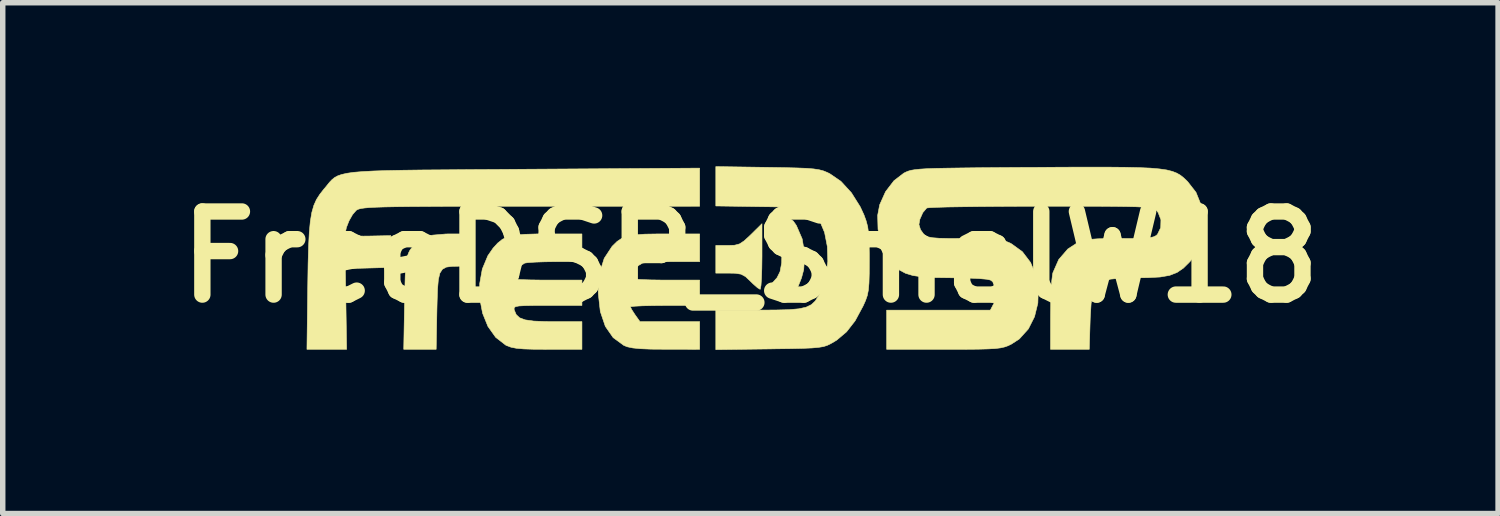
<source format=kicad_pcb>
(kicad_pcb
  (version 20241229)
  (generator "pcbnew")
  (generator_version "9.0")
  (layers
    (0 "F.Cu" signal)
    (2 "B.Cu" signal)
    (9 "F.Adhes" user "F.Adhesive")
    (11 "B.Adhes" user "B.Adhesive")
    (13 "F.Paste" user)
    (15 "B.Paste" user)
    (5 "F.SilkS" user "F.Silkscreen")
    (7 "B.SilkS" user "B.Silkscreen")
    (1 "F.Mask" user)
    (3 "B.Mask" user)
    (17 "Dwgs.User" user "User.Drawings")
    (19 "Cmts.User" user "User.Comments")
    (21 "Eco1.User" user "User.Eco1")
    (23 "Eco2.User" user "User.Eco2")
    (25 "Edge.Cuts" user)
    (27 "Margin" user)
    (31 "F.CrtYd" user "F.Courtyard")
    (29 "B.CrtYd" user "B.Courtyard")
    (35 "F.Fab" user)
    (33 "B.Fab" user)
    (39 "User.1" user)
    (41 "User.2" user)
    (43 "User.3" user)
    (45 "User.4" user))
  (footprint "FreeDSP_SmalW18"
    (layer "F.Cu")
    (at 10.712 1.663)
    (property "Reference" "FreeDSP_SmalW18" (at 0 0 0) (layer "F.SilkS") (effects (font (size 1.524 1.524) (thickness 0.3))))
    (attr through_hole)
    (fp_poly (pts (xy 0.212 -0.009) (xy 0.209 0.206) (xy 0.203 0.387) (xy 0.194 0.519) (xy 0.182 0.587) (xy 0.178 0.593) (xy 0.131 0.565) (xy 0.049 0.493) (xy 0 0.445) (xy -0.091 0.359) (xy -0.173 0.315) (xy -0.28 0.298) (xy -0.389 0.296) (xy -0.635 0.296) (xy -0.635 -0.212) (xy -0.414 -0.212) (xy -0.29 -0.216) (xy -0.2 -0.24) (xy -0.115 -0.296) (xy -0.004 -0.398) (xy 0.009 -0.411) (xy 0.212 -0.611) (xy 0.212 -0.009)) (stroke (width 0.01) (type solid)) (fill yes) (layer "F.SilkS"))
    (fp_poly (pts (xy -5.122 0.169) (xy -5.347 0.169) (xy -5.48 0.172) (xy -5.579 0.186) (xy -5.648 0.224) (xy -5.695 0.296) (xy -5.723 0.413) (xy -5.738 0.587) (xy -5.746 0.828) (xy -5.75 0.991) (xy -5.763 1.693) (xy -6.358 1.693) (xy -6.343 0.857) (xy -6.337 0.565) (xy -6.331 0.345) (xy -6.321 0.183) (xy -6.309 0.067) (xy -6.291 -0.017) (xy -6.266 -0.082) (xy -6.243 -0.127) (xy -6.142 -0.259) (xy -6.008 -0.348) (xy -5.829 -0.401) (xy -5.587 -0.422) (xy -5.493 -0.423) (xy -5.122 -0.423) (xy -5.122 0.169)) (stroke (width 0.01) (type solid)) (fill yes) (layer "F.SilkS"))
    (fp_poly (pts (xy 0.786 -0.659) (xy 0.842 -0.579) (xy 0.949 -0.332) (xy 0.996 -0.05) (xy 0.977 0.232) (xy 0.937 0.383) (xy 0.879 0.528) (xy 0.813 0.644) (xy 0.752 0.711) (xy 0.727 0.719) (xy 0.68 0.693) (xy 0.594 0.63) (xy 0.551 0.595) (xy 0.404 0.473) (xy 0.488 0.38) (xy 0.543 0.269) (xy 0.573 0.109) (xy 0.576 -0.069) (xy 0.553 -0.236) (xy 0.504 -0.359) (xy 0.49 -0.377) (xy 0.442 -0.437) (xy 0.439 -0.484) (xy 0.486 -0.547) (xy 0.53 -0.593) (xy 0.635 -0.688) (xy 0.714 -0.71) (xy 0.786 -0.659)) (stroke (width 0.01) (type solid)) (fill yes) (layer "F.SilkS"))
    (fp_poly (pts (xy -0.931 0.085) (xy -1.408 0.085) (xy -1.609 0.088) (xy -1.788 0.094) (xy -1.921 0.103) (xy -1.981 0.112) (xy -2.055 0.157) (xy -2.125 0.237) (xy -2.172 0.324) (xy -2.177 0.389) (xy -2.171 0.397) (xy -2.122 0.406) (xy -2.003 0.414) (xy -1.832 0.42) (xy -1.623 0.423) (xy -1.538 0.423) (xy -0.931 0.423) (xy -0.931 0.889) (xy -1.566 0.889) (xy -1.787 0.891) (xy -1.975 0.895) (xy -2.114 0.902) (xy -2.191 0.91) (xy -2.201 0.914) (xy -2.179 0.962) (xy -2.124 1.047) (xy -2.114 1.062) (xy -2.026 1.185) (xy -0.931 1.185) (xy -0.931 1.693) (xy -1.556 1.692) (xy -1.821 1.69) (xy -2.017 1.682) (xy -2.158 1.668) (xy -2.258 1.647) (xy -2.321 1.622) (xy -2.517 1.479) (xy -2.661 1.272) (xy -2.753 1.001) (xy -2.79 0.672) (xy -2.791 0.614) (xy -2.765 0.29) (xy -2.681 0.024) (xy -2.539 -0.192) (xy -2.527 -0.205) (xy -2.445 -0.285) (xy -2.36 -0.342) (xy -2.257 -0.382) (xy -2.12 -0.406) (xy -1.935 -0.419) (xy -1.687 -0.423) (xy -1.568 -0.423) (xy -0.931 -0.423) (xy -0.931 0.085)) (stroke (width 0.01) (type solid)) (fill yes) (layer "F.SilkS"))
    (fp_poly (pts (xy -3.09 0.085) (xy -3.567 0.085) (xy -3.768 0.088) (xy -3.947 0.094) (xy -4.08 0.103) (xy -4.14 0.112) (xy -4.219 0.164) (xy -4.299 0.259) (xy -4.353 0.36) (xy -4.36 0.4) (xy -4.32 0.408) (xy -4.211 0.415) (xy -4.045 0.42) (xy -3.839 0.423) (xy -3.725 0.423) (xy -3.09 0.423) (xy -3.09 0.889) (xy -3.721 0.889) (xy -3.964 0.889) (xy -4.134 0.892) (xy -4.244 0.898) (xy -4.306 0.91) (xy -4.332 0.929) (xy -4.334 0.957) (xy -4.33 0.975) (xy -4.295 1.057) (xy -4.233 1.115) (xy -4.131 1.153) (xy -3.976 1.175) (xy -3.756 1.184) (xy -3.61 1.185) (xy -3.09 1.185) (xy -3.09 1.693) (xy -3.715 1.693) (xy -3.971 1.692) (xy -4.158 1.686) (xy -4.292 1.674) (xy -4.389 1.655) (xy -4.465 1.627) (xy -4.488 1.616) (xy -4.672 1.473) (xy -4.814 1.273) (xy -4.912 1.031) (xy -4.963 0.764) (xy -4.965 0.488) (xy -4.917 0.22) (xy -4.815 -0.024) (xy -4.719 -0.163) (xy -4.634 -0.256) (xy -4.548 -0.325) (xy -4.448 -0.372) (xy -4.317 -0.401) (xy -4.141 -0.416) (xy -3.905 -0.423) (xy -3.727 -0.423) (xy -3.09 -0.423) (xy -3.09 0.085)) (stroke (width 0.01) (type solid)) (fill yes) (layer "F.SilkS"))
    (fp_poly (pts (xy -0.931 -1.281) (xy -0.931 -0.931) (xy -4.032 -0.93) (xy -4.621 -0.93) (xy -5.13 -0.93) (xy -5.567 -0.929) (xy -5.937 -0.927) (xy -6.245 -0.925) (xy -6.498 -0.922) (xy -6.702 -0.918) (xy -6.862 -0.913) (xy -6.984 -0.907) (xy -7.074 -0.899) (xy -7.139 -0.89) (xy -7.183 -0.879) (xy -7.213 -0.866) (xy -7.23 -0.855) (xy -7.297 -0.777) (xy -7.361 -0.664) (xy -7.409 -0.543) (xy -7.429 -0.445) (xy -7.422 -0.41) (xy -7.373 -0.396) (xy -7.259 -0.387) (xy -7.1 -0.383) (xy -6.997 -0.384) (xy -6.595 -0.392) (xy -6.594 0.191) (xy -7.429 0.214) (xy -7.417 0.954) (xy -7.405 1.693) (xy -8.133 1.693) (xy -8.118 0.519) (xy -8.112 0.125) (xy -8.103 -0.195) (xy -8.09 -0.451) (xy -8.071 -0.654) (xy -8.044 -0.815) (xy -8.007 -0.945) (xy -7.959 -1.053) (xy -7.896 -1.151) (xy -7.819 -1.249) (xy -7.807 -1.262) (xy -7.759 -1.321) (xy -7.717 -1.373) (xy -7.675 -1.417) (xy -7.629 -1.455) (xy -7.571 -1.487) (xy -7.497 -1.513) (xy -7.4 -1.535) (xy -7.275 -1.553) (xy -7.115 -1.566) (xy -6.915 -1.577) (xy -6.669 -1.585) (xy -6.372 -1.591) (xy -6.016 -1.596) (xy -5.597 -1.599) (xy -5.109 -1.603) (xy -4.545 -1.606) (xy -4.159 -1.609) (xy -0.931 -1.63) (xy -0.931 -1.281)) (stroke (width 0.01) (type solid)) (fill yes) (layer "F.SilkS"))
    (fp_poly (pts (xy 0.307 -1.644) (xy 0.615 -1.639) (xy 0.852 -1.633) (xy 1.03 -1.626) (xy 1.161 -1.615) (xy 1.259 -1.6) (xy 1.336 -1.58) (xy 1.405 -1.552) (xy 1.453 -1.529) (xy 1.66 -1.387) (xy 1.852 -1.178) (xy 2.014 -0.92) (xy 2.082 -0.773) (xy 2.122 -0.663) (xy 2.15 -0.557) (xy 2.167 -0.434) (xy 2.176 -0.274) (xy 2.18 -0.059) (xy 2.18 0.064) (xy 2.179 0.304) (xy 2.174 0.478) (xy 2.163 0.606) (xy 2.143 0.707) (xy 2.111 0.799) (xy 2.066 0.899) (xy 1.92 1.17) (xy 1.763 1.372) (xy 1.583 1.524) (xy 1.528 1.558) (xy 1.464 1.594) (xy 1.405 1.622) (xy 1.338 1.643) (xy 1.251 1.657) (xy 1.133 1.668) (xy 0.969 1.675) (xy 0.75 1.68) (xy 0.462 1.684) (xy 0.349 1.686) (xy -0.635 1.699) (xy -0.635 0.974) (xy 0.15 0.974) (xy 0.465 0.972) (xy 0.706 0.966) (xy 0.888 0.95) (xy 1.02 0.921) (xy 1.116 0.875) (xy 1.188 0.808) (xy 1.247 0.716) (xy 1.303 0.6) (xy 1.384 0.353) (xy 1.419 0.081) (xy 1.41 -0.193) (xy 1.36 -0.449) (xy 1.269 -0.667) (xy 1.16 -0.809) (xy 1.12 -0.843) (xy 1.077 -0.869) (xy 1.017 -0.888) (xy 0.93 -0.901) (xy 0.801 -0.91) (xy 0.619 -0.916) (xy 0.372 -0.921) (xy 0.208 -0.923) (xy -0.635 -0.936) (xy -0.635 -1.658) (xy 0.307 -1.644)) (stroke (width 0.01) (type solid)) (fill yes) (layer "F.SilkS"))
    (fp_poly (pts (xy 6.547 -1.648) (xy 6.864 -1.645) (xy 7.124 -1.639) (xy 7.334 -1.63) (xy 7.502 -1.615) (xy 7.634 -1.596) (xy 7.737 -1.57) (xy 7.819 -1.538) (xy 7.886 -1.499) (xy 7.944 -1.453) (xy 8.002 -1.398) (xy 8.018 -1.382) (xy 8.171 -1.186) (xy 8.262 -0.961) (xy 8.296 -0.688) (xy 8.297 -0.63) (xy 8.275 -0.355) (xy 8.206 -0.133) (xy 8.082 0.059) (xy 8.055 0.09) (xy 7.94 0.204) (xy 7.823 0.284) (xy 7.687 0.337) (xy 7.513 0.367) (xy 7.284 0.379) (xy 7.11 0.381) (xy 6.82 0.386) (xy 6.603 0.406) (xy 6.449 0.452) (xy 6.345 0.535) (xy 6.282 0.665) (xy 6.248 0.851) (xy 6.232 1.105) (xy 6.229 1.194) (xy 6.214 1.693) (xy 5.503 1.693) (xy 5.504 1.069) (xy 5.507 0.834) (xy 5.514 0.617) (xy 5.526 0.437) (xy 5.541 0.316) (xy 5.546 0.291) (xy 5.654 0.046) (xy 5.821 -0.147) (xy 5.968 -0.243) (xy 6.05 -0.281) (xy 6.134 -0.308) (xy 6.236 -0.324) (xy 6.374 -0.334) (xy 6.566 -0.338) (xy 6.776 -0.339) (xy 7.021 -0.34) (xy 7.196 -0.344) (xy 7.315 -0.353) (xy 7.391 -0.369) (xy 7.439 -0.392) (xy 7.465 -0.416) (xy 7.524 -0.538) (xy 7.528 -0.683) (xy 7.477 -0.815) (xy 7.451 -0.847) (xy 7.429 -0.866) (xy 7.401 -0.882) (xy 7.359 -0.896) (xy 7.296 -0.906) (xy 7.205 -0.914) (xy 7.079 -0.921) (xy 6.909 -0.925) (xy 6.69 -0.928) (xy 6.412 -0.93) (xy 6.07 -0.931) (xy 5.655 -0.931) (xy 5.323 -0.931) (xy 4.915 -0.93) (xy 4.531 -0.928) (xy 4.182 -0.925) (xy 3.874 -0.921) (xy 3.617 -0.917) (xy 3.42 -0.911) (xy 3.289 -0.905) (xy 3.235 -0.899) (xy 3.234 -0.899) (xy 3.162 -0.815) (xy 3.107 -0.692) (xy 3.09 -0.595) (xy 3.119 -0.501) (xy 3.175 -0.423) (xy 3.214 -0.391) (xy 3.264 -0.368) (xy 3.34 -0.353) (xy 3.456 -0.344) (xy 3.625 -0.34) (xy 3.861 -0.339) (xy 3.928 -0.339) (xy 4.186 -0.338) (xy 4.375 -0.334) (xy 4.512 -0.325) (xy 4.613 -0.309) (xy 4.695 -0.284) (xy 4.773 -0.25) (xy 4.785 -0.243) (xy 4.987 -0.097) (xy 5.137 0.1) (xy 5.234 0.333) (xy 5.279 0.587) (xy 5.271 0.846) (xy 5.21 1.095) (xy 5.097 1.319) (xy 4.931 1.503) (xy 4.785 1.598) (xy 4.723 1.628) (xy 4.66 1.65) (xy 4.585 1.667) (xy 4.487 1.679) (xy 4.353 1.686) (xy 4.172 1.691) (xy 3.932 1.693) (xy 3.622 1.693) (xy 3.547 1.693) (xy 2.498 1.693) (xy 2.498 0.974) (xy 4.4 0.974) (xy 4.468 0.844) (xy 4.51 0.699) (xy 4.5 0.559) (xy 4.44 0.451) (xy 4.402 0.423) (xy 4.333 0.408) (xy 4.197 0.396) (xy 4.011 0.387) (xy 3.791 0.382) (xy 3.684 0.381) (xy 3.385 0.377) (xy 3.155 0.365) (xy 2.98 0.34) (xy 2.845 0.299) (xy 2.734 0.24) (xy 2.634 0.159) (xy 2.632 0.157) (xy 2.495 -0.021) (xy 2.396 -0.251) (xy 2.34 -0.508) (xy 2.333 -0.764) (xy 2.37 -0.957) (xy 2.478 -1.198) (xy 2.632 -1.399) (xy 2.813 -1.538) (xy 2.853 -1.558) (xy 2.895 -1.575) (xy 2.946 -1.59) (xy 3.014 -1.601) (xy 3.106 -1.611) (xy 3.23 -1.619) (xy 3.392 -1.625) (xy 3.601 -1.629) (xy 3.862 -1.633) (xy 4.185 -1.637) (xy 4.575 -1.64) (xy 5.041 -1.643) (xy 5.186 -1.643) (xy 5.715 -1.647) (xy 6.166 -1.648) (xy 6.547 -1.648)) (stroke (width 0.01) (type solid)) (fill yes) (layer "F.SilkS")))
  (gr_rect
    (start -3 -3)
    (end 24.423 6.367)
    (stroke (width 0.1) (type default))
    (fill no)
    (layer "Edge.Cuts")))
</source>
